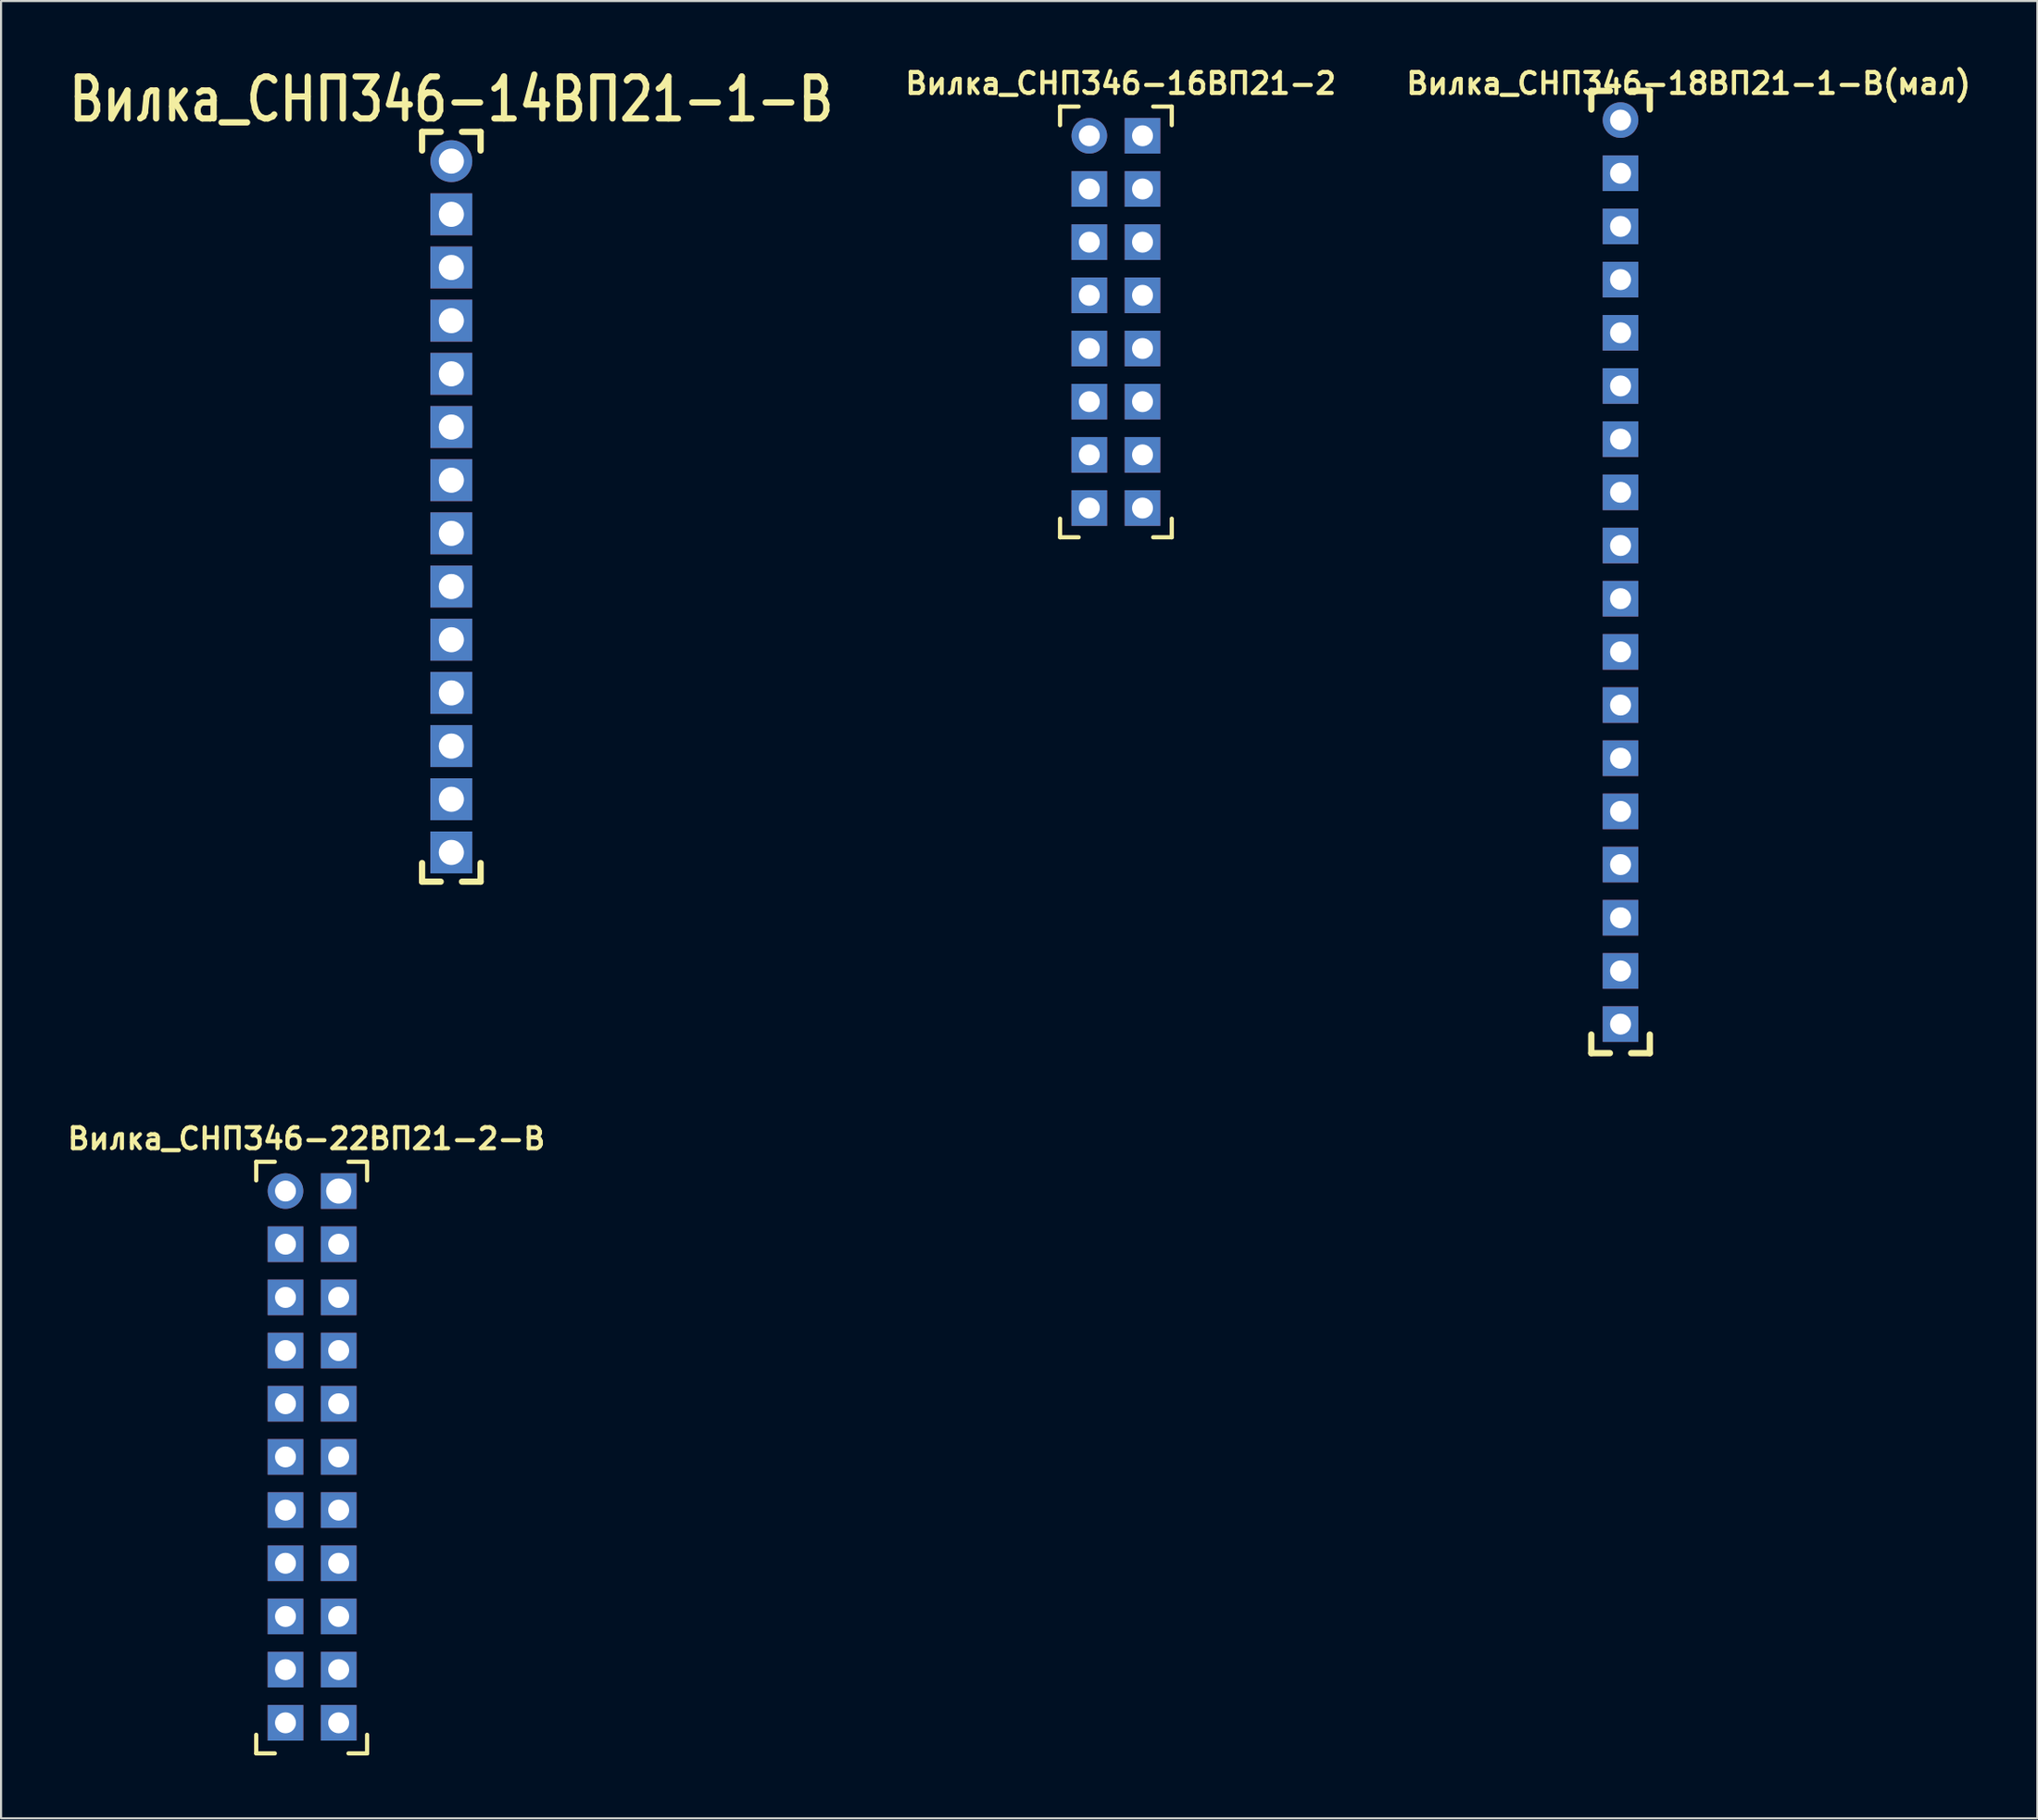
<source format=kicad_pcb>
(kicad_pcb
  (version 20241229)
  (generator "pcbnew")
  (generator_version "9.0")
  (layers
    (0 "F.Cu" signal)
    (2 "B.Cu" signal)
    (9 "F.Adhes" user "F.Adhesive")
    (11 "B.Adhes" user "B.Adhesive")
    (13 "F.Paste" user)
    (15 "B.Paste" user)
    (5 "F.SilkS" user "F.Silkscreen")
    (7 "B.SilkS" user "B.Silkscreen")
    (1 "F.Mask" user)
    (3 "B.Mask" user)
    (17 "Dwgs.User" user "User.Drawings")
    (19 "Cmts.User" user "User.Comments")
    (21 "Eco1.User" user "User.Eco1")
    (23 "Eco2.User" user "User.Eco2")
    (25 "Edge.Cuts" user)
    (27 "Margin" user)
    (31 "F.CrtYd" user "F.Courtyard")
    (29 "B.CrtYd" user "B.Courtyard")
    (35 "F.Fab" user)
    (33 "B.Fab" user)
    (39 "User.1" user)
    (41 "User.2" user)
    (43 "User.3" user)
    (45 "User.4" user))
  (footprint "Вилка_СНП346-22ВП21-2-В"
    (layer "F.Cu")
    (at 10.581 53.839)
    (property "Reference" "Вилка_СНП346-22ВП21-2-В" (at 1 -2.5 0) (layer "F.SilkS") (effects (font (size 1 1) (thickness 0.2))))
    (attr through_hole)
    (fp_line (start -1.397 -1.397) (end -1.397 -0.508) (stroke (width 0.2) (type solid)) (layer "F.SilkS"))
    (fp_line (start -1.397 -1.397) (end -0.508 -1.397) (stroke (width 0.2) (type solid)) (layer "F.SilkS"))
    (fp_line (start -1.397 26.86) (end -1.397 25.971) (stroke (width 0.2) (type solid)) (layer "F.SilkS"))
    (fp_line (start -1.397 26.86) (end -0.508 26.86) (stroke (width 0.2) (type solid)) (layer "F.SilkS"))
    (fp_line (start 3.897 -1.397) (end 3.008 -1.397) (stroke (width 0.2) (type solid)) (layer "F.SilkS"))
    (fp_line (start 3.897 -1.397) (end 3.897 -0.508) (stroke (width 0.2) (type solid)) (layer "F.SilkS"))
    (fp_line (start 3.897 26.86) (end 3.008 26.86) (stroke (width 0.2) (type solid)) (layer "F.SilkS"))
    (fp_line (start 3.897 26.86) (end 3.897 25.971) (stroke (width 0.2) (type solid)) (layer "F.SilkS"))
    (pad "1" thru_hole circle (at 0 0) (size 1.7 1.7) (drill 1) (layers "*.Cu" "*.Mask"))
    (pad "2" thru_hole rect (at 2.54 0) (size 1.7 1.7) (drill 1.2) (layers "*.Cu" "*.Mask"))
    (pad "3" thru_hole rect (at 0 2.54) (size 1.7 1.7) (drill 1) (layers "*.Cu" "*.Mask"))
    (pad "4" thru_hole rect (at 2.54 2.54) (size 1.7 1.7) (drill 1) (layers "*.Cu" "*.Mask"))
    (pad "5" thru_hole rect (at 0 5.08) (size 1.7 1.7) (drill 1) (layers "*.Cu" "*.Mask"))
    (pad "6" thru_hole rect (at 2.54 5.08) (size 1.7 1.7) (drill 1) (layers "*.Cu" "*.Mask"))
    (pad "7" thru_hole rect (at 0 7.62) (size 1.7 1.7) (drill 1) (layers "*.Cu" "*.Mask"))
    (pad "8" thru_hole rect (at 2.54 7.62) (size 1.7 1.7) (drill 1) (layers "*.Cu" "*.Mask"))
    (pad "9" thru_hole rect (at 0 10.16) (size 1.7 1.7) (drill 1) (layers "*.Cu" "*.Mask"))
    (pad "10" thru_hole rect (at 2.54 10.16) (size 1.7 1.7) (drill 1) (layers "*.Cu" "*.Mask"))
    (pad "11" thru_hole rect (at 0 12.7) (size 1.7 1.7) (drill 1) (layers "*.Cu" "*.Mask"))
    (pad "12" thru_hole rect (at 2.54 12.7) (size 1.7 1.7) (drill 1) (layers "*.Cu" "*.Mask"))
    (pad "13" thru_hole rect (at 0 15.24) (size 1.7 1.7) (drill 1) (layers "*.Cu" "*.Mask"))
    (pad "14" thru_hole rect (at 2.54 15.24) (size 1.7 1.7) (drill 1) (layers "*.Cu" "*.Mask"))
    (pad "15" thru_hole rect (at 0 17.78) (size 1.7 1.7) (drill 1) (layers "*.Cu" "*.Mask"))
    (pad "16" thru_hole rect (at 2.54 17.78) (size 1.7 1.7) (drill 1) (layers "*.Cu" "*.Mask"))
    (pad "17" thru_hole rect (at 0 20.32) (size 1.7 1.7) (drill 1) (layers "*.Cu" "*.Mask"))
    (pad "18" thru_hole rect (at 2.54 20.32) (size 1.7 1.7) (drill 1) (layers "*.Cu" "*.Mask"))
    (pad "19" thru_hole rect (at 0 22.86) (size 1.7 1.7) (drill 1) (layers "*.Cu" "*.Mask"))
    (pad "20" thru_hole rect (at 2.54 22.86) (size 1.7 1.7) (drill 1) (layers "*.Cu" "*.Mask"))
    (pad "21" thru_hole rect (at 0 25.4) (size 1.7 1.7) (drill 1) (layers "*.Cu" "*.Mask"))
    (pad "22" thru_hole rect (at 2.54 25.4) (size 1.7 1.7) (drill 1) (layers "*.Cu" "*.Mask")))
  (footprint "Вилка_СНП346-16ВП21-2"
    (layer "F.Cu")
    (at 48.961 3.436)
    (property "Reference" "Вилка_СНП346-16ВП21-2" (at 1.5 -2.5 180) (layer "F.SilkS") (effects (font (size 1 1) (thickness 0.2))))
    (attr through_hole)
    (fp_line (start -1.397 -1.397) (end -1.397 -0.508) (stroke (width 0.2) (type solid)) (layer "F.SilkS"))
    (fp_line (start -1.397 -1.397) (end -0.508 -1.397) (stroke (width 0.2) (type solid)) (layer "F.SilkS"))
    (fp_line (start -1.397 19.177) (end -1.397 18.288) (stroke (width 0.2) (type solid)) (layer "F.SilkS"))
    (fp_line (start -1.397 19.177) (end -0.508 19.177) (stroke (width 0.2) (type solid)) (layer "F.SilkS"))
    (fp_line (start 3.937 -1.397) (end 3.048 -1.397) (stroke (width 0.2) (type solid)) (layer "F.SilkS"))
    (fp_line (start 3.937 -1.397) (end 3.937 -0.508) (stroke (width 0.2) (type solid)) (layer "F.SilkS"))
    (fp_line (start 3.937 19.177) (end 3.048 19.177) (stroke (width 0.2) (type solid)) (layer "F.SilkS"))
    (fp_line (start 3.937 19.177) (end 3.937 18.288) (stroke (width 0.2) (type solid)) (layer "F.SilkS"))
    (pad "1" thru_hole circle (at 0 0) (size 1.7 1.7) (drill 1) (layers "*.Cu" "*.Mask"))
    (pad "2" thru_hole rect (at 2.54 0) (size 1.7 1.7) (drill 1) (layers "*.Cu" "*.Mask"))
    (pad "3" thru_hole rect (at 0 2.54) (size 1.7 1.7) (drill 1) (layers "*.Cu" "*.Mask"))
    (pad "4" thru_hole rect (at 2.54 2.54) (size 1.7 1.7) (drill 1) (layers "*.Cu" "*.Mask"))
    (pad "5" thru_hole rect (at 0 5.08) (size 1.7 1.7) (drill 1) (layers "*.Cu" "*.Mask"))
    (pad "6" thru_hole rect (at 2.54 5.08) (size 1.7 1.7) (drill 1) (layers "*.Cu" "*.Mask"))
    (pad "7" thru_hole rect (at 0 7.62) (size 1.7 1.7) (drill 1) (layers "*.Cu" "*.Mask"))
    (pad "8" thru_hole rect (at 2.54 7.62) (size 1.7 1.7) (drill 1) (layers "*.Cu" "*.Mask"))
    (pad "9" thru_hole rect (at 0 10.16) (size 1.7 1.7) (drill 1) (layers "*.Cu" "*.Mask"))
    (pad "10" thru_hole rect (at 2.54 10.16) (size 1.7 1.7) (drill 1) (layers "*.Cu" "*.Mask"))
    (pad "11" thru_hole rect (at 0 12.7) (size 1.7 1.7) (drill 1) (layers "*.Cu" "*.Mask"))
    (pad "12" thru_hole rect (at 2.54 12.7) (size 1.7 1.7) (drill 1) (layers "*.Cu" "*.Mask"))
    (pad "13" thru_hole rect (at 0 15.24) (size 1.7 1.7) (drill 1) (layers "*.Cu" "*.Mask"))
    (pad "14" thru_hole rect (at 2.54 15.24) (size 1.7 1.7) (drill 1) (layers "*.Cu" "*.Mask"))
    (pad "15" thru_hole rect (at 0 17.78) (size 1.7 1.7) (drill 1) (layers "*.Cu" "*.Mask"))
    (pad "16" thru_hole rect (at 2.54 17.78) (size 1.7 1.7) (drill 1) (layers "*.Cu" "*.Mask")))
  (footprint "Вилка_СНП346-14ВП21-1-В"
    (layer "F.Cu")
    (at 18.5 4.646)
    (property "Reference" "Вилка_СНП346-14ВП21-1-В" (at 0 -2.95 0) (layer "F.SilkS") (effects (font (size 2 1.6) (thickness 0.3))))
    (attr through_hole)
    (fp_line (start -1.397 -1.397) (end -1.397 -0.508) (stroke (width 0.3) (type solid)) (layer "F.SilkS"))
    (fp_line (start -1.397 -1.397) (end -0.508 -1.397) (stroke (width 0.3) (type solid)) (layer "F.SilkS"))
    (fp_line (start -1.397 34.417) (end -1.397 33.528) (stroke (width 0.3) (type solid)) (layer "F.SilkS"))
    (fp_line (start -1.397 34.417) (end -0.508 34.417) (stroke (width 0.3) (type solid)) (layer "F.SilkS"))
    (fp_line (start 1.397 -1.397) (end 0.508 -1.397) (stroke (width 0.3) (type solid)) (layer "F.SilkS"))
    (fp_line (start 1.397 -1.397) (end 1.397 -0.508) (stroke (width 0.3) (type solid)) (layer "F.SilkS"))
    (fp_line (start 1.397 34.417) (end 0.508 34.417) (stroke (width 0.3) (type solid)) (layer "F.SilkS"))
    (fp_line (start 1.397 34.417) (end 1.397 33.528) (stroke (width 0.3) (type solid)) (layer "F.SilkS"))
    (pad "1" thru_hole circle (at 0 0) (size 2 2) (drill 1.2) (layers "*.Cu" "*.Mask"))
    (pad "2" thru_hole rect (at 0 2.54) (size 2 2) (drill 1.2) (layers "*.Cu" "*.Mask"))
    (pad "3" thru_hole rect (at 0 5.08) (size 2 2) (drill 1.2) (layers "*.Cu" "*.Mask"))
    (pad "4" thru_hole rect (at 0 7.62) (size 2 2) (drill 1.2) (layers "*.Cu" "*.Mask"))
    (pad "5" thru_hole rect (at 0 10.16) (size 2 2) (drill 1.2) (layers "*.Cu" "*.Mask"))
    (pad "6" thru_hole rect (at 0 12.7) (size 2 2) (drill 1.2) (layers "*.Cu" "*.Mask"))
    (pad "7" thru_hole rect (at 0 15.24) (size 2 2) (drill 1.2) (layers "*.Cu" "*.Mask"))
    (pad "8" thru_hole rect (at 0 17.78) (size 2 2) (drill 1.2) (layers "*.Cu" "*.Mask"))
    (pad "9" thru_hole rect (at 0 20.32) (size 2 2) (drill 1.2) (layers "*.Cu" "*.Mask"))
    (pad "10" thru_hole rect (at 0 22.86) (size 2 2) (drill 1.2) (layers "*.Cu" "*.Mask"))
    (pad "11" thru_hole rect (at 0 25.4) (size 2 2) (drill 1.2) (layers "*.Cu" "*.Mask"))
    (pad "12" thru_hole rect (at 0 27.94) (size 2 2) (drill 1.2) (layers "*.Cu" "*.Mask"))
    (pad "13" thru_hole rect (at 0 30.48) (size 2 2) (drill 1.2) (layers "*.Cu" "*.Mask"))
    (pad "14" thru_hole rect (at 0 33.02) (size 2 2) (drill 1.2) (layers "*.Cu" "*.Mask")))
  (footprint "Вилка_СНП346-18ВП21-1-В(мал)"
    (layer "F.Cu")
    (at 74.325 2.686)
    (property "Reference" "Вилка_СНП346-18ВП21-1-В(мал)" (at 3.25 -1.75 0) (layer "F.SilkS") (effects (font (size 1 1) (thickness 0.2))))
    (attr through_hole)
    (fp_line (start -1.397 -1.397) (end -1.397 -0.508) (stroke (width 0.3) (type solid)) (layer "F.SilkS"))
    (fp_line (start -1.397 -1.397) (end -0.508 -1.397) (stroke (width 0.3) (type solid)) (layer "F.SilkS"))
    (fp_line (start -1.397 44.567) (end -1.397 43.678) (stroke (width 0.3) (type solid)) (layer "F.SilkS"))
    (fp_line (start -1.397 44.567) (end -0.508 44.567) (stroke (width 0.3) (type solid)) (layer "F.SilkS"))
    (fp_line (start 1.397 -1.397) (end 0.508 -1.397) (stroke (width 0.3) (type solid)) (layer "F.SilkS"))
    (fp_line (start 1.397 -1.397) (end 1.397 -0.508) (stroke (width 0.3) (type solid)) (layer "F.SilkS"))
    (fp_line (start 1.397 44.567) (end 0.508 44.567) (stroke (width 0.3) (type solid)) (layer "F.SilkS"))
    (fp_line (start 1.397 44.567) (end 1.397 43.678) (stroke (width 0.3) (type solid)) (layer "F.SilkS"))
    (pad "1" thru_hole circle (at 0 0) (size 1.7 1.7) (drill 1) (layers "*.Cu" "*.Mask"))
    (pad "2" thru_hole rect (at 0 2.54) (size 1.7 1.7) (drill 1) (layers "*.Cu" "*.Mask"))
    (pad "3" thru_hole rect (at 0 5.08) (size 1.7 1.7) (drill 1) (layers "*.Cu" "*.Mask"))
    (pad "4" thru_hole rect (at 0 7.62) (size 1.7 1.7) (drill 1) (layers "*.Cu" "*.Mask"))
    (pad "5" thru_hole rect (at 0 10.16) (size 1.7 1.7) (drill 1) (layers "*.Cu" "*.Mask"))
    (pad "6" thru_hole rect (at 0 12.7) (size 1.7 1.7) (drill 1) (layers "*.Cu" "*.Mask"))
    (pad "7" thru_hole rect (at 0 15.24) (size 1.7 1.7) (drill 1) (layers "*.Cu" "*.Mask"))
    (pad "8" thru_hole rect (at 0 17.78) (size 1.7 1.7) (drill 1) (layers "*.Cu" "*.Mask"))
    (pad "9" thru_hole rect (at 0 20.32) (size 1.7 1.7) (drill 1) (layers "*.Cu" "*.Mask"))
    (pad "10" thru_hole rect (at 0 22.86) (size 1.7 1.7) (drill 1) (layers "*.Cu" "*.Mask"))
    (pad "11" thru_hole rect (at 0 25.4) (size 1.7 1.7) (drill 1) (layers "*.Cu" "*.Mask"))
    (pad "12" thru_hole rect (at 0 27.94) (size 1.7 1.7) (drill 1) (layers "*.Cu" "*.Mask"))
    (pad "13" thru_hole rect (at 0 30.48) (size 1.7 1.7) (drill 1) (layers "*.Cu" "*.Mask"))
    (pad "14" thru_hole rect (at 0 33.02) (size 1.7 1.7) (drill 1) (layers "*.Cu" "*.Mask"))
    (pad "15" thru_hole rect (at 0 35.56) (size 1.7 1.7) (drill 1) (layers "*.Cu" "*.Mask"))
    (pad "16" thru_hole rect (at 0 38.1) (size 1.7 1.7) (drill 1) (layers "*.Cu" "*.Mask"))
    (pad "17" thru_hole rect (at 0 40.64) (size 1.7 1.7) (drill 1) (layers "*.Cu" "*.Mask"))
    (pad "18" thru_hole rect (at 0 43.18) (size 1.7 1.7) (drill 1) (layers "*.Cu" "*.Mask")))
  (gr_rect
    (start -3 -3)
    (end 94.228 83.799)
    (stroke (width 0.1) (type default))
    (fill no)
    (layer "Edge.Cuts")))
</source>
